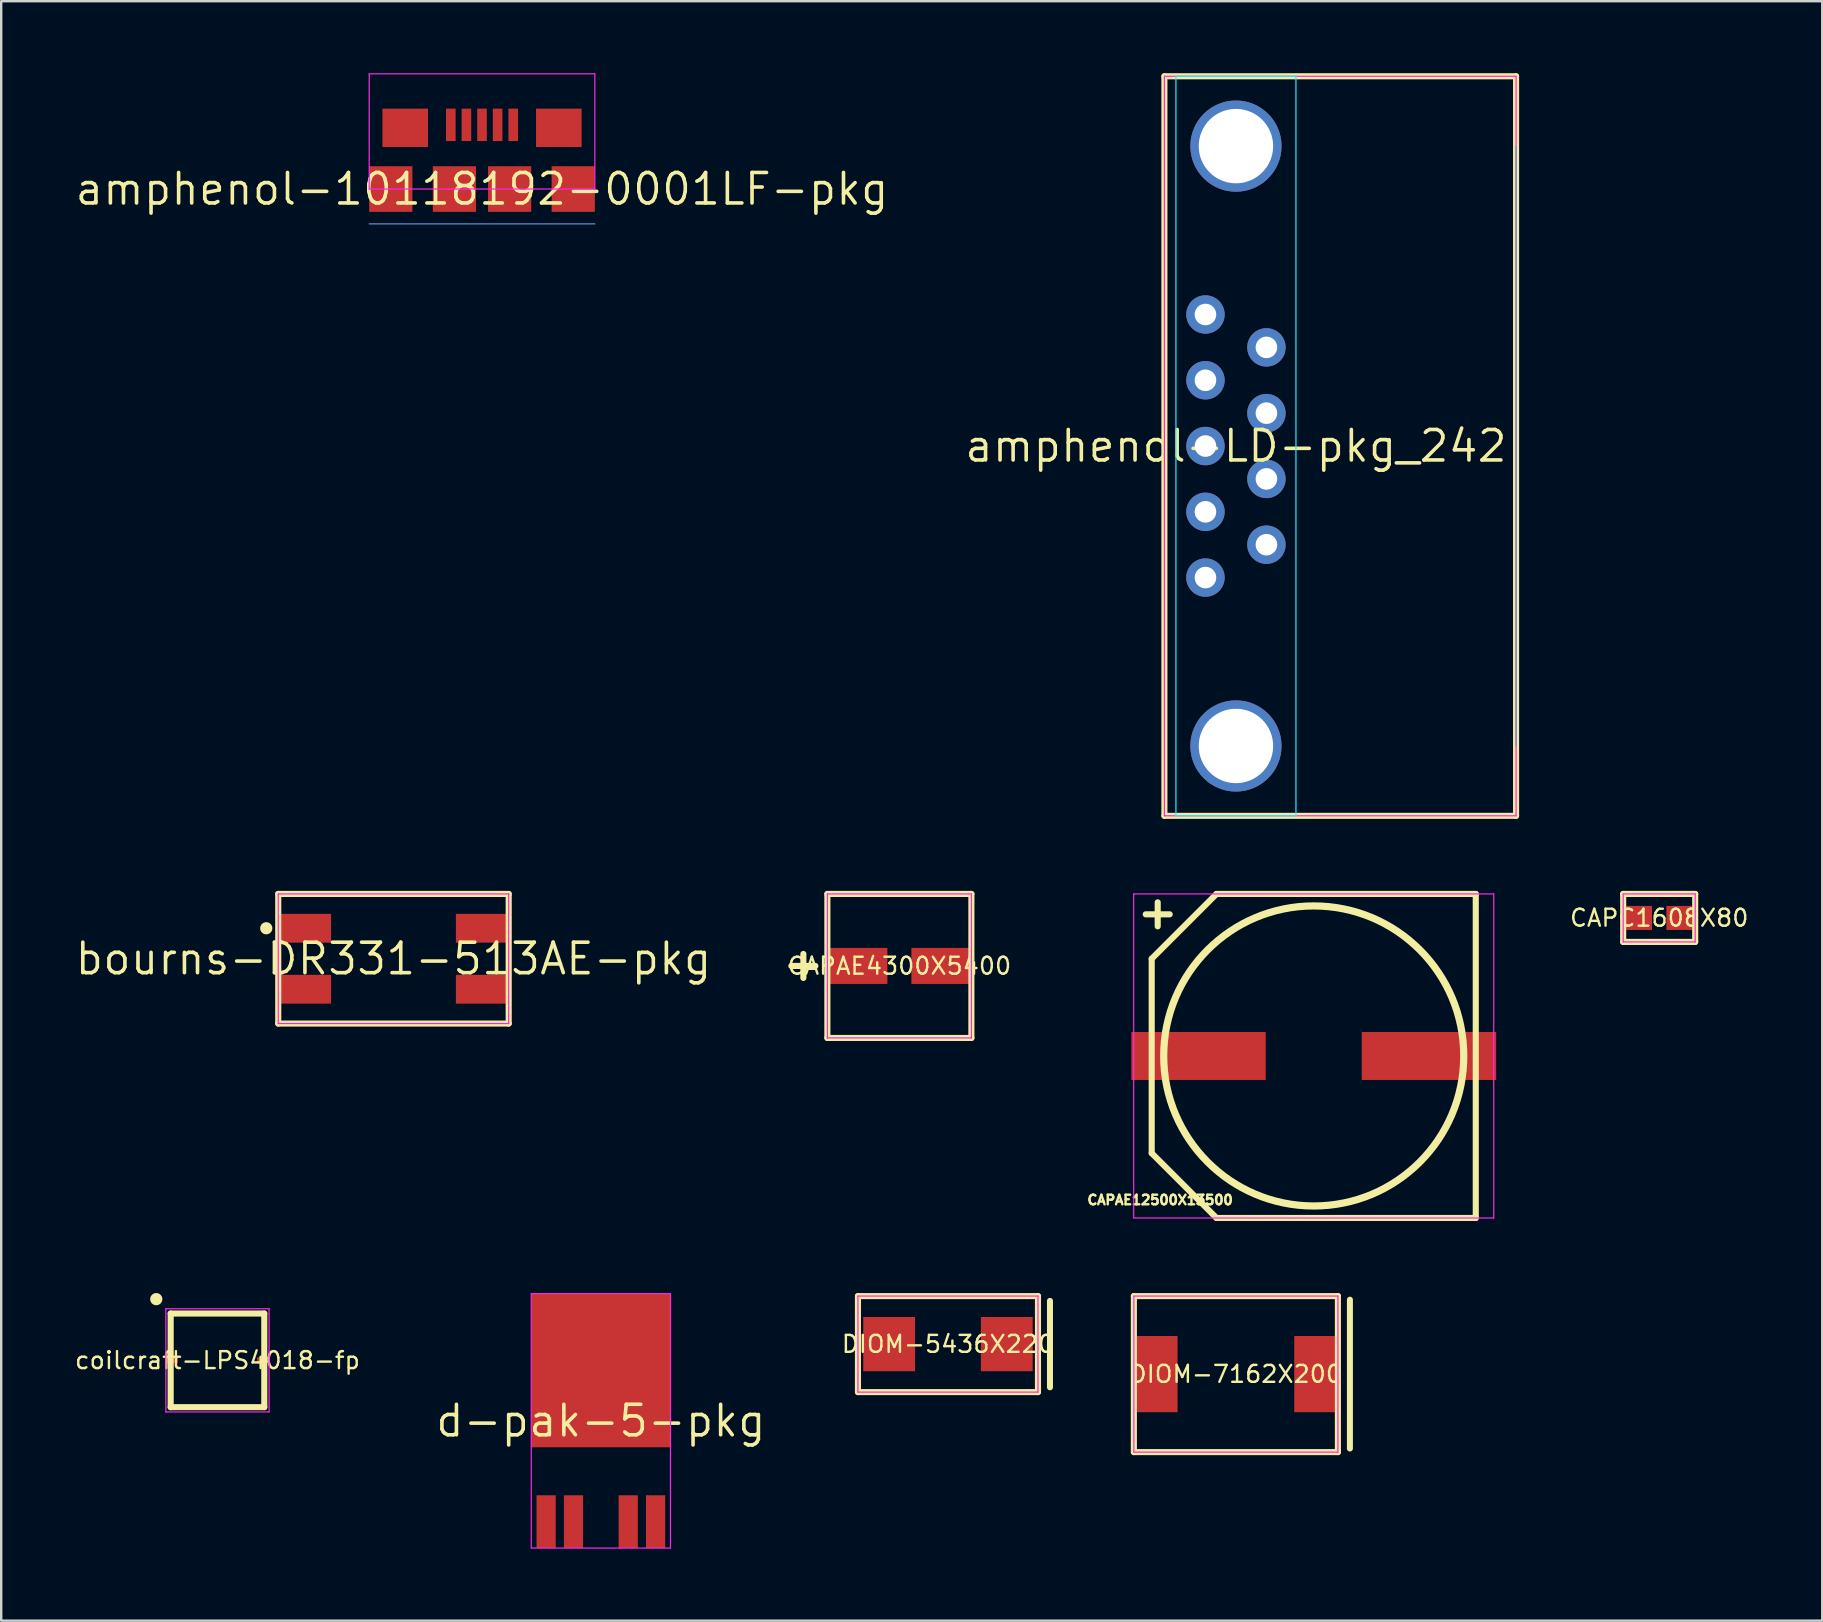
<source format=kicad_pcb>
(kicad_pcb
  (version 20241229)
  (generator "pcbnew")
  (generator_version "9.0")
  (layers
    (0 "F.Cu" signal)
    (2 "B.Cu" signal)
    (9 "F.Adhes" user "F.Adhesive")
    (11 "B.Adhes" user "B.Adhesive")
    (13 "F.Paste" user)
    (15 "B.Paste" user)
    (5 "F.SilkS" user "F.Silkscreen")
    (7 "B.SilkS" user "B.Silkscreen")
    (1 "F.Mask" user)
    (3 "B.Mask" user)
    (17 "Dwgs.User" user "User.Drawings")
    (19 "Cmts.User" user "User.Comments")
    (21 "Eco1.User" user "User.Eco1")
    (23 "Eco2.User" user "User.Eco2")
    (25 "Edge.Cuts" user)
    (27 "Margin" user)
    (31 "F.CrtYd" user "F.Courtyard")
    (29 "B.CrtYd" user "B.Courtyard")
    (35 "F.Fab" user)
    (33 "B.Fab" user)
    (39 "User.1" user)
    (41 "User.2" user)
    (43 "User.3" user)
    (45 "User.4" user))
  (footprint "coilcraft-LPS4018-fp"
    (layer "F.Cu")
    (at 6.01 53.622)
    (property "Reference" "coilcraft-LPS4018-fp" (at 0 0 0) (layer "F.SilkS") (effects (font (size 0.706 0.706) (thickness 0.1))))
    (attr through_hole)
    (fp_line (start -1.95 -1.95) (end -1.95 1.95) (stroke (width 0.254) (type solid)) (layer "F.SilkS"))
    (fp_line (start -1.95 1.95) (end 1.95 1.95) (stroke (width 0.254) (type solid)) (layer "F.SilkS"))
    (fp_line (start 1.95 -1.95) (end -1.95 -1.95) (stroke (width 0.254) (type solid)) (layer "F.SilkS"))
    (fp_line (start 1.95 1.95) (end 1.95 -1.95) (stroke (width 0.254) (type solid)) (layer "F.SilkS"))
    (fp_poly (pts (xy -2.296 -2.55) (xy -2.301 -2.6) (xy -2.315 -2.647) (xy -2.339 -2.691) (xy -2.37 -2.73) (xy -2.409 -2.761) (xy -2.453 -2.785) (xy -2.5 -2.799) (xy -2.55 -2.804) (xy -2.6 -2.799) (xy -2.647 -2.785) (xy -2.691 -2.761) (xy -2.73 -2.73) (xy -2.761 -2.691) (xy -2.785 -2.647) (xy -2.799 -2.6) (xy -2.804 -2.55) (xy -2.799 -2.5) (xy -2.785 -2.453) (xy -2.761 -2.409) (xy -2.73 -2.37) (xy -2.691 -2.339) (xy -2.647 -2.315) (xy -2.6 -2.301) (xy -2.55 -2.296) (xy -2.5 -2.301) (xy -2.453 -2.315) (xy -2.409 -2.339) (xy -2.37 -2.37) (xy -2.339 -2.409) (xy -2.315 -2.453) (xy -2.301 -2.5)) (stroke (width 0) (type solid)) (fill yes) (layer "F.SilkS"))
    (fp_line (start -2.15 -2.15) (end -2.15 2.15) (stroke (width 0.05) (type solid)) (layer "F.CrtYd"))
    (fp_line (start -2.15 2.15) (end 2.15 2.15) (stroke (width 0.05) (type solid)) (layer "F.CrtYd"))
    (fp_line (start 2.15 -2.15) (end -2.15 -2.15) (stroke (width 0.05) (type solid)) (layer "F.CrtYd"))
    (fp_line (start 2.15 2.15) (end 2.15 -2.15) (stroke (width 0.05) (type solid)) (layer "F.CrtYd"))
    (pad "1" smd rect (at -1.9 0 270) (size 0.25 0.5) (layers "F.Cu" "F.Mask" "F.Paste"))
    (pad "2" smd rect (at 1.9 0 90) (size 0.25 0.5) (layers "F.Cu" "F.Mask" "F.Paste")))
  (footprint "CAPAE12500X13500"
    (layer "F.Cu")
    (at 51.68 40.941)
    (property "Reference" "CAPAE12500X13500" (at -6.4 6 0) (layer "F.SilkS") (effects (font (size 0.4 0.4) (thickness 0.1))))
    (attr through_hole)
    (fp_line (start -7 -5.9) (end -6 -5.9) (stroke (width 0.254) (type solid)) (layer "F.SilkS"))
    (fp_line (start -6.75 -4.05) (end -6.75 4.05) (stroke (width 0.254) (type solid)) (layer "F.SilkS"))
    (fp_line (start -6.75 -4.05) (end -4.05 -6.75) (stroke (width 0.254) (type solid)) (layer "F.SilkS"))
    (fp_line (start -6.75 4.05) (end -4.05 6.75) (stroke (width 0.254) (type solid)) (layer "F.SilkS"))
    (fp_line (start -6.5 -5.4) (end -6.5 -6.4) (stroke (width 0.254) (type solid)) (layer "F.SilkS"))
    (fp_line (start -4.05 6.75) (end 6.75 6.75) (stroke (width 0.254) (type solid)) (layer "F.SilkS"))
    (fp_line (start 6.75 -6.75) (end -4.05 -6.75) (stroke (width 0.254) (type solid)) (layer "F.SilkS"))
    (fp_line (start 6.75 6.75) (end 6.75 -6.75) (stroke (width 0.254) (type solid)) (layer "F.SilkS"))
    (fp_circle (center 0 0) (end 6.25 0) (stroke (width 0.3) (type solid)) (fill no) (layer "F.SilkS"))
    (fp_line (start -7.5 -6.75) (end -7.5 6.75) (stroke (width 0.05) (type solid)) (layer "F.CrtYd"))
    (fp_line (start -7.5 6.75) (end 7.5 6.75) (stroke (width 0.05) (type solid)) (layer "F.CrtYd"))
    (fp_line (start 7.5 -6.75) (end -7.5 -6.75) (stroke (width 0.05) (type solid)) (layer "F.CrtYd"))
    (fp_line (start 7.5 6.75) (end 7.5 -6.75) (stroke (width 0.05) (type solid)) (layer "F.CrtYd"))
    (pad "1" smd rect (at -4.8 0) (size 5.6 2) (layers "F.Cu" "F.Mask" "F.Paste"))
    (pad "2" smd rect (at 4.8 0) (size 5.6 2) (layers "F.Cu" "F.Mask" "F.Paste")))
  (footprint "DIOM-7162X200"
    (layer "F.Cu")
    (at 48.437 54.195)
    (property "Reference" "DIOM-7162X200" (at 0 0 0) (layer "F.SilkS") (effects (font (size 0.706 0.706) (thickness 0.1))))
    (attr through_hole)
    (fp_line (start -4.25 -3.25) (end -4.25 3.25) (stroke (width 0.254) (type solid)) (layer "F.SilkS"))
    (fp_line (start -4.25 3.25) (end 4.25 3.25) (stroke (width 0.254) (type solid)) (layer "F.SilkS"))
    (fp_line (start 4.25 -3.25) (end -4.25 -3.25) (stroke (width 0.254) (type solid)) (layer "F.SilkS"))
    (fp_line (start 4.25 3.25) (end 4.25 -3.25) (stroke (width 0.254) (type solid)) (layer "F.SilkS"))
    (fp_line (start 4.75 3.1) (end 4.75 -3.1) (stroke (width 0.25) (type solid)) (layer "F.SilkS"))
    (fp_line (start -4.25 -3.25) (end -4.25 3.25) (stroke (width 0.05) (type solid)) (layer "F.CrtYd"))
    (fp_line (start -4.25 3.25) (end 4.25 3.25) (stroke (width 0.05) (type solid)) (layer "F.CrtYd"))
    (fp_line (start 4.25 -3.25) (end -4.25 -3.25) (stroke (width 0.05) (type solid)) (layer "F.CrtYd"))
    (fp_line (start 4.25 3.25) (end 4.25 -3.25) (stroke (width 0.05) (type solid)) (layer "F.CrtYd"))
    (pad "1" smd rect (at -3.31 0) (size 1.76 3.175) (layers "F.Cu" "F.Mask" "F.Paste"))
    (pad "2" smd rect (at 3.31 0) (size 1.76 3.175) (layers "F.Cu" "F.Mask" "F.Paste")))
  (footprint "CAPC1608X80"
    (layer "F.Cu")
    (at 66.072 35.191)
    (property "Reference" "CAPC1608X80" (at 0 0 0) (layer "F.SilkS") (effects (font (size 0.706 0.706) (thickness 0.1))))
    (attr through_hole)
    (fp_line (start -1.5 -1) (end -1.5 1) (stroke (width 0.254) (type solid)) (layer "F.SilkS"))
    (fp_line (start -1.5 1) (end 1.5 1) (stroke (width 0.254) (type solid)) (layer "F.SilkS"))
    (fp_line (start 1.5 -1) (end -1.5 -1) (stroke (width 0.254) (type solid)) (layer "F.SilkS"))
    (fp_line (start 1.5 1) (end 1.5 -1) (stroke (width 0.254) (type solid)) (layer "F.SilkS"))
    (fp_line (start -1.5 -1) (end -1.5 1) (stroke (width 0.05) (type solid)) (layer "F.CrtYd"))
    (fp_line (start -1.5 1) (end 1.5 1) (stroke (width 0.05) (type solid)) (layer "F.CrtYd"))
    (fp_line (start 1.5 -1) (end -1.5 -1) (stroke (width 0.05) (type solid)) (layer "F.CrtYd"))
    (fp_line (start 1.5 1) (end 1.5 -1) (stroke (width 0.05) (type solid)) (layer "F.CrtYd"))
    (pad "1" smd rect (at -0.85 0) (size 1.1 1) (layers "F.Cu" "F.Mask" "F.Paste"))
    (pad "2" smd rect (at 0.85 0) (size 1.1 1) (layers "F.Cu" "F.Mask" "F.Paste")))
  (footprint "bourns-DR331-513AE-pkg"
    (layer "F.Cu")
    (at 13.342 36.891)
    (property "Reference" "bourns-DR331-513AE-pkg" (at 0 0 0) (layer "F.SilkS") (effects (font (size 1.27 1.27) (thickness 0.15))))
    (attr through_hole)
    (fp_line (start -4.8 -2.7) (end -4.8 2.7) (stroke (width 0.254) (type solid)) (layer "F.SilkS"))
    (fp_line (start -4.8 2.7) (end 4.8 2.7) (stroke (width 0.254) (type solid)) (layer "F.SilkS"))
    (fp_line (start 4.8 -2.7) (end -4.8 -2.7) (stroke (width 0.254) (type solid)) (layer "F.SilkS"))
    (fp_line (start 4.8 2.7) (end 4.8 -2.7) (stroke (width 0.254) (type solid)) (layer "F.SilkS"))
    (fp_poly (pts (xy -5.046 -1.27) (xy -5.051 -1.32) (xy -5.065 -1.367) (xy -5.089 -1.411) (xy -5.12 -1.45) (xy -5.159 -1.481) (xy -5.203 -1.505) (xy -5.25 -1.519) (xy -5.3 -1.524) (xy -5.35 -1.519) (xy -5.397 -1.505) (xy -5.441 -1.481) (xy -5.48 -1.45) (xy -5.511 -1.411) (xy -5.535 -1.367) (xy -5.549 -1.32) (xy -5.554 -1.27) (xy -5.549 -1.22) (xy -5.535 -1.173) (xy -5.511 -1.129) (xy -5.48 -1.09) (xy -5.441 -1.059) (xy -5.397 -1.035) (xy -5.35 -1.021) (xy -5.3 -1.016) (xy -5.25 -1.021) (xy -5.203 -1.035) (xy -5.159 -1.059) (xy -5.12 -1.09) (xy -5.089 -1.129) (xy -5.065 -1.173) (xy -5.051 -1.22)) (stroke (width 0) (type solid)) (fill yes) (layer "F.SilkS"))
    (fp_line (start -4.8 -2.7) (end -4.8 2.7) (stroke (width 0.05) (type solid)) (layer "F.CrtYd"))
    (fp_line (start -4.8 2.7) (end 4.8 2.7) (stroke (width 0.05) (type solid)) (layer "F.CrtYd"))
    (fp_line (start 4.8 -2.7) (end -4.8 -2.7) (stroke (width 0.05) (type solid)) (layer "F.CrtYd"))
    (fp_line (start 4.8 2.7) (end 4.8 -2.7) (stroke (width 0.05) (type solid)) (layer "F.CrtYd"))
    (pad "1" smd rect (at -3.7 -1.27) (size 2.2 1.2) (layers "F.Cu" "F.Mask" "F.Paste"))
    (pad "2" smd rect (at -3.7 1.27) (size 2.2 1.2) (layers "F.Cu" "F.Mask" "F.Paste"))
    (pad "3" smd rect (at 3.7 1.27 180) (size 2.2 1.2) (layers "F.Cu" "F.Mask" "F.Paste"))
    (pad "4" smd rect (at 3.7 -1.27 180) (size 2.2 1.2) (layers "F.Cu" "F.Mask" "F.Paste")))
  (footprint "CAPAE4300X5400"
    (layer "F.Cu")
    (at 34.418 37.191)
    (property "Reference" "CAPAE4300X5400" (at 0 0 0) (layer "F.SilkS") (effects (font (size 0.706 0.706) (thickness 0.1))))
    (attr through_hole)
    (fp_line (start -4.5 0) (end -3.5 0) (stroke (width 0.254) (type solid)) (layer "F.SilkS"))
    (fp_line (start -4 0.5) (end -4 -0.5) (stroke (width 0.254) (type solid)) (layer "F.SilkS"))
    (fp_line (start -3 -3) (end -3 3) (stroke (width 0.254) (type solid)) (layer "F.SilkS"))
    (fp_line (start -3 3) (end 3 3) (stroke (width 0.254) (type solid)) (layer "F.SilkS"))
    (fp_line (start 3 -3) (end -3 -3) (stroke (width 0.254) (type solid)) (layer "F.SilkS"))
    (fp_line (start 3 3) (end 3 -3) (stroke (width 0.254) (type solid)) (layer "F.SilkS"))
    (fp_line (start -3 -3) (end -3 3) (stroke (width 0.05) (type solid)) (layer "F.CrtYd"))
    (fp_line (start -3 3) (end 3 3) (stroke (width 0.05) (type solid)) (layer "F.CrtYd"))
    (fp_line (start 3 -3) (end -3 -3) (stroke (width 0.05) (type solid)) (layer "F.CrtYd"))
    (fp_line (start 3 3) (end 3 -3) (stroke (width 0.05) (type solid)) (layer "F.CrtYd"))
    (pad "1" smd rect (at -1.75 0) (size 2.5 1.5) (layers "F.Cu" "F.Mask" "F.Paste"))
    (pad "2" smd rect (at 1.75 0) (size 2.5 1.5) (layers "F.Cu" "F.Mask" "F.Paste")))
  (footprint "d-pak-5-pkg"
    (layer "F.Cu")
    (at 21.982 56.143)
    (property "Reference" "d-pak-5-pkg" (at 0 0 0) (layer "F.SilkS") (effects (font (size 1.27 1.27) (thickness 0.15))))
    (attr through_hole)
    (fp_line (start -2.9 -5.3) (end -2.9 5.3) (stroke (width 0.05) (type solid)) (layer "F.CrtYd"))
    (fp_line (start -2.9 5.3) (end 2.9 5.3) (stroke (width 0.05) (type solid)) (layer "F.CrtYd"))
    (fp_line (start 2.9 -5.3) (end -2.9 -5.3) (stroke (width 0.05) (type solid)) (layer "F.CrtYd"))
    (fp_line (start 2.9 5.3) (end 2.9 -5.3) (stroke (width 0.05) (type solid)) (layer "F.CrtYd"))
    (pad "1" smd rect (at -2.28 4.2) (size 0.8 2.2) (layers "F.Cu" "F.Mask" "F.Paste"))
    (pad "2" smd rect (at -1.14 4.2) (size 0.8 2.2) (layers "F.Cu" "F.Mask" "F.Paste"))
    (pad "3" smd rect (at 0 -2.1) (size 5.8 6.4) (layers "F.Cu" "F.Mask" "F.Paste"))
    (pad "4" smd rect (at 1.14 4.2) (size 0.8 2.2) (layers "F.Cu" "F.Mask" "F.Paste"))
    (pad "5" smd rect (at 2.28 4.2) (size 0.8 2.2) (layers "F.Cu" "F.Mask" "F.Paste")))
  (footprint "DIOM-5436X220"
    (layer "F.Cu")
    (at 36.442 52.945)
    (property "Reference" "DIOM-5436X220" (at 0 0 0) (layer "F.SilkS") (effects (font (size 0.706 0.706) (thickness 0.1))))
    (attr through_hole)
    (fp_line (start -3.75 -2) (end -3.75 2) (stroke (width 0.254) (type solid)) (layer "F.SilkS"))
    (fp_line (start -3.75 2) (end 3.75 2) (stroke (width 0.254) (type solid)) (layer "F.SilkS"))
    (fp_line (start 3.75 -2) (end -3.75 -2) (stroke (width 0.254) (type solid)) (layer "F.SilkS"))
    (fp_line (start 3.75 2) (end 3.75 -2) (stroke (width 0.254) (type solid)) (layer "F.SilkS"))
    (fp_line (start 4.25 1.8) (end 4.25 -1.8) (stroke (width 0.25) (type solid)) (layer "F.SilkS"))
    (fp_line (start -3.75 -2) (end -3.75 2) (stroke (width 0.05) (type solid)) (layer "F.CrtYd"))
    (fp_line (start -3.75 2) (end 3.75 2) (stroke (width 0.05) (type solid)) (layer "F.CrtYd"))
    (fp_line (start 3.75 -2) (end -3.75 -2) (stroke (width 0.05) (type solid)) (layer "F.CrtYd"))
    (fp_line (start 3.75 2) (end 3.75 -2) (stroke (width 0.05) (type solid)) (layer "F.CrtYd"))
    (pad "1" smd rect (at -2.45 0) (size 2.16 2.26) (layers "F.Cu" "F.Mask" "F.Paste"))
    (pad "2" smd rect (at 2.45 0) (size 2.16 2.26) (layers "F.Cu" "F.Mask" "F.Paste")))
  (footprint "amphenol-10118192-0001LF-pkg"
    (layer "F.Cu")
    (at 17.031 4.825)
    (property "Reference" "amphenol-10118192-0001LF-pkg" (at 0 0 0) (layer "F.SilkS") (effects (font (size 1.27 1.27) (thickness 0.15))))
    (attr through_hole)
    (fp_line (start -4.7 1.45) (end 4.7 1.45) (stroke (width 0.05) (type solid)) (layer "Cmts.User"))
    (fp_line (start -4.7 -4.8) (end -4.7 0) (stroke (width 0.05) (type solid)) (layer "F.CrtYd"))
    (fp_line (start -4.7 0) (end 4.7 0) (stroke (width 0.05) (type solid)) (layer "F.CrtYd"))
    (fp_line (start 4.7 -4.8) (end -4.7 -4.8) (stroke (width 0.05) (type solid)) (layer "F.CrtYd"))
    (fp_line (start 4.7 0) (end 4.7 -4.8) (stroke (width 0.05) (type solid)) (layer "F.CrtYd"))
    (pad "1" smd rect (at -1.3 -2.675) (size 0.4 1.35) (layers "F.Cu" "F.Mask" "F.Paste"))
    (pad "2" smd rect (at -0.65 -2.675) (size 0.4 1.35) (layers "F.Cu" "F.Mask" "F.Paste"))
    (pad "3" smd rect (at 0 -2.675) (size 0.4 1.35) (layers "F.Cu" "F.Mask" "F.Paste"))
    (pad "4" smd rect (at 0.65 -2.675) (size 0.4 1.35) (layers "F.Cu" "F.Mask" "F.Paste"))
    (pad "5" smd rect (at 1.3 -2.675) (size 0.4 1.35) (layers "F.Cu" "F.Mask" "F.Paste"))
    (pad "6" smd rect (at -3.2 -2.55) (size 1.9 1.6) (layers "F.Cu" "F.Mask" "F.Paste"))
    (pad "7" smd rect (at 3.2 -2.55) (size 1.9 1.6) (layers "F.Cu" "F.Mask" "F.Paste"))
    (pad "8" smd rect (at -3.8 0) (size 1.8 1.9) (layers "F.Cu" "F.Mask" "F.Paste"))
    (pad "9" smd rect (at 3.8 0) (size 1.8 1.9) (layers "F.Cu" "F.Mask" "F.Paste"))
    (pad "10" smd rect (at -1.15 0) (size 1.8 1.9) (layers "F.Cu" "F.Mask" "F.Paste"))
    (pad "11" smd rect (at 1.15 0) (size 1.8 1.9) (layers "F.Cu" "F.Mask" "F.Paste")))
  (footprint "amphenol-LD-pkg_242"
    (layer "F.Cu")
    (at 48.439 15.532)
    (property "Reference" "amphenol-LD-pkg_242" (at 0 0 0) (layer "F.SilkS") (effects (font (size 1.27 1.27) (thickness 0.15))))
    (attr through_hole)
    (fp_line (start -2.98 -15.405) (end -2.98 15.405) (stroke (width 0.254) (type solid)) (layer "F.SilkS"))
    (fp_line (start -2.98 15.405) (end 11.67 15.405) (stroke (width 0.254) (type solid)) (layer "F.SilkS"))
    (fp_line (start 11.67 -15.405) (end -2.98 -15.405) (stroke (width 0.254) (type solid)) (layer "F.SilkS"))
    (fp_line (start 11.67 15.405) (end 11.67 -15.405) (stroke (width 0.254) (type solid)) (layer "F.SilkS"))
    (fp_line (start 11.67 12.495) (end 11.67 -12.495) (stroke (width 0.05) (type solid)) (layer "Cmts.User"))
    (fp_line (start -2.5 -15.405) (end -2.5 15.405) (stroke (width 0.05) (type solid)) (layer "B.CrtYd"))
    (fp_line (start -2.5 15.405) (end 2.5 15.405) (stroke (width 0.05) (type solid)) (layer "B.CrtYd"))
    (fp_line (start 2.5 -15.405) (end -2.5 -15.405) (stroke (width 0.05) (type solid)) (layer "B.CrtYd"))
    (fp_line (start 2.5 15.405) (end 2.5 -15.405) (stroke (width 0.05) (type solid)) (layer "B.CrtYd"))
    (fp_line (start -2.98 -15.405) (end -2.98 15.405) (stroke (width 0.05) (type solid)) (layer "F.CrtYd"))
    (fp_line (start -2.98 15.405) (end 11.67 15.405) (stroke (width 0.05) (type solid)) (layer "F.CrtYd"))
    (fp_line (start 11.67 -15.405) (end -2.98 -15.405) (stroke (width 0.05) (type solid)) (layer "F.CrtYd"))
    (fp_line (start 11.67 15.405) (end 11.67 -15.405) (stroke (width 0.05) (type solid)) (layer "F.CrtYd"))
    (pad "1" thru_hole circle (at -1.27 5.48) (size 1.6 1.6) (drill 0.9) (layers "*.Cu" "*.Mask"))
    (pad "2" thru_hole circle (at -1.27 2.74) (size 1.6 1.6) (drill 0.9) (layers "*.Cu" "*.Mask"))
    (pad "3" thru_hole circle (at -1.27 0) (size 1.6 1.6) (drill 0.9) (layers "*.Cu" "*.Mask"))
    (pad "4" thru_hole circle (at -1.27 -2.74) (size 1.6 1.6) (drill 0.9) (layers "*.Cu" "*.Mask"))
    (pad "5" thru_hole circle (at -1.27 -5.48) (size 1.6 1.6) (drill 0.9) (layers "*.Cu" "*.Mask"))
    (pad "6" thru_hole circle (at 1.27 4.11) (size 1.6 1.6) (drill 0.9) (layers "*.Cu" "*.Mask"))
    (pad "7" thru_hole circle (at 1.27 1.37) (size 1.6 1.6) (drill 0.9) (layers "*.Cu" "*.Mask"))
    (pad "8" thru_hole circle (at 1.27 -1.37) (size 1.6 1.6) (drill 0.9) (layers "*.Cu" "*.Mask"))
    (pad "9" thru_hole circle (at 1.27 -4.11) (size 1.6 1.6) (drill 0.9) (layers "*.Cu" "*.Mask"))
    (pad "10" thru_hole circle (at 0 -12.495) (size 3.8 3.8) (drill 3.1) (layers "*.Cu" "*.Mask"))
    (pad "11" thru_hole circle (at 0 12.495) (size 3.8 3.8) (drill 3.1) (layers "*.Cu" "*.Mask")))
  (gr_rect
    (start -3 -3)
    (end 72.864 64.468)
    (stroke (width 0.1) (type default))
    (fill no)
    (layer "Edge.Cuts")))
</source>
